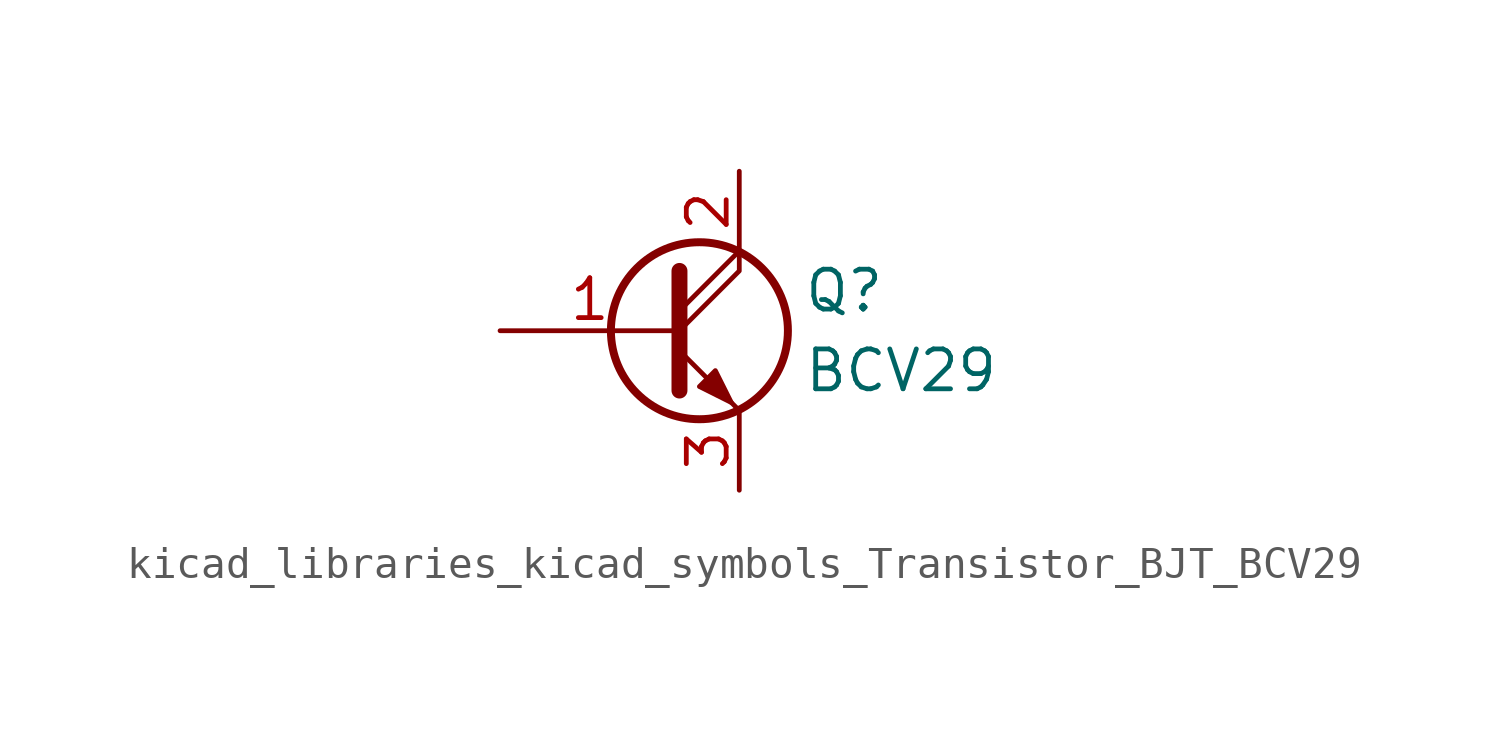
<source format=kicad_sym>
(kicad_symbol_lib
  (version 20220914)
  (generator kicad_symbol_editor)
  (symbol "kicad_libraries_kicad_symbols_Transistor_BJT_BCV29"
    (pin_names
      (offset 0) hide)
    (property "Reference" "Q"
      (at 4.572 1.27 0)
      (effects (font (size 1.27 1.27)) (justify left)))
    (property "Value" "BCV29"
      (at 4.572 -1.27 0)
      (effects (font (size 1.27 1.27)) (justify left)))
    (symbol "kicad_libraries_kicad_symbols_Transistor_BJT_BCV29_0_1"
      (polyline (pts (xy 0.635 0.635) (xy 2.54 2.54)) (stroke (width 0) (type default)) (fill (type none)))
      (polyline (pts (xy 0.635 -0.635) (xy 2.54 -2.54) (xy 2.54 -2.54)) (stroke (width 0) (type default)) (fill (type none)))
      (polyline (pts (xy 0.635 0) (xy 2.54 1.905) (xy 2.54 2.54)) (stroke (width 0) (type default)) (fill (type none)))
      (polyline (pts (xy 0.635 1.905) (xy 0.635 -1.905) (xy 0.635 -1.905)) (stroke (width 0.508) (type default)) (fill (type none)))
      (polyline (pts (xy 1.27 -1.778) (xy 1.778 -1.27) (xy 2.286 -2.286) (xy 1.27 -1.778) (xy 1.27 -1.778)) (stroke (width 0) (type default)) (fill (type outline)))
      (circle (center 1.27 0) (radius 2.819) (stroke (width 0.254) (type default)) (fill (type none))))
    (symbol "kicad_libraries_kicad_symbols_Transistor_BJT_BCV29_1_1"
      (pin input line (at -5.08 0 0) (length 5.715) (name "B" (effects (font (size 1.27 1.27)))) (number "1" (effects (font (size 1.27 1.27)))))
      (pin passive line (at 2.54 5.08 270) (length 2.54) (name "C" (effects (font (size 1.27 1.27)))) (number "2" (effects (font (size 1.27 1.27)))))
      (pin passive line (at 2.54 -5.08 90) (length 2.54) (name "E" (effects (font (size 1.27 1.27)))) (number "3" (effects (font (size 1.27 1.27))))))))
</source>
